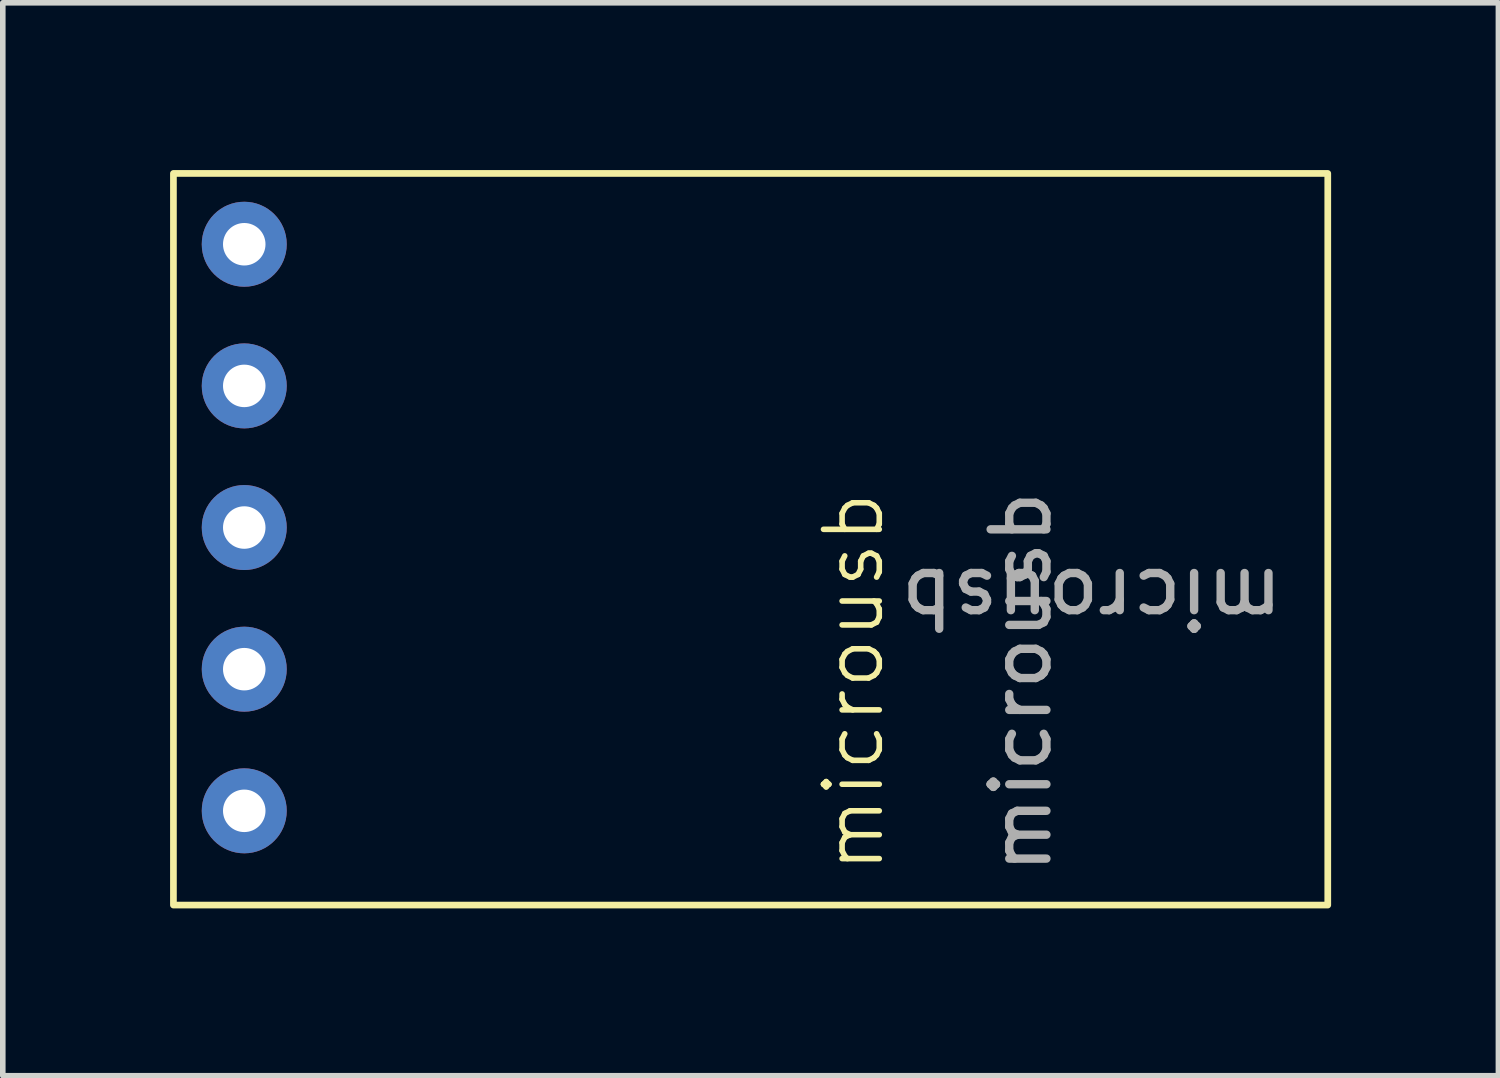
<source format=kicad_pcb>
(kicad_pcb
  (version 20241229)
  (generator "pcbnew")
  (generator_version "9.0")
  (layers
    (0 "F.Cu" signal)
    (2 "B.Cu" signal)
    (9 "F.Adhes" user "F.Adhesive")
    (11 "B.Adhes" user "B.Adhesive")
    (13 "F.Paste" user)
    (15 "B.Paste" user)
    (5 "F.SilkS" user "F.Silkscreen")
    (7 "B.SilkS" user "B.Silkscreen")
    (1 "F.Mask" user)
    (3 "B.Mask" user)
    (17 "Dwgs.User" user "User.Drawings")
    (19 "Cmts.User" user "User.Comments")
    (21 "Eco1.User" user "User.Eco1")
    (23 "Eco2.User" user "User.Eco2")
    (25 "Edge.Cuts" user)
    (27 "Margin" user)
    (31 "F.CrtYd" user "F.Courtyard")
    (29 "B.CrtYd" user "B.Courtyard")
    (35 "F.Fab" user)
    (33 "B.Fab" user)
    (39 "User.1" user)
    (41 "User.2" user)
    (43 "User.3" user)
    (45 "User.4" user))
  (footprint "microusb"
    (layer "F.Cu")
    (at 11.26 7.68)
    (property "Reference" "microusb" (at 1 1.5 90) (unlocked yes) (layer "F.SilkS") (effects (font (size 1 1) (thickness 0.1))))
    (attr smd)
    (fp_rect (start -11.2 -7.62) (end 9.5 5.5) (stroke (width 0.12) (type solid)) (fill no) (layer "F.SilkS"))
    (fp_text user "${REFERENCE}" (at 5.27 0 180) (unlocked yes) (layer "F.Fab") (effects (font (size 1 1) (thickness 0.15))))
    (fp_text user "${REFERENCE}" (at 4 1.5 90) (unlocked yes) (layer "F.Fab") (effects (font (size 1 1) (thickness 0.15))))
    (pad "1" thru_hole circle (at -9.93 -6.35 270) (size 1.524 1.524) (drill 0.762) (layers "*.Cu" "*.Mask"))
    (pad "2" thru_hole circle (at -9.93 -3.81 270) (size 1.524 1.524) (drill 0.762) (layers "*.Cu" "*.Mask"))
    (pad "3" thru_hole circle (at -9.93 -1.27 270) (size 1.524 1.524) (drill 0.762) (layers "*.Cu" "*.Mask"))
    (pad "4" thru_hole circle (at -9.93 1.27 270) (size 1.524 1.524) (drill 0.762) (layers "*.Cu" "*.Mask"))
    (pad "5" thru_hole circle (at -9.93 3.81 270) (size 1.524 1.524) (drill 0.762) (layers "*.Cu" "*.Mask")))
  (gr_rect
    (start -3 -3)
    (end 23.82 16.24)
    (stroke (width 0.1) (type default))
    (fill no)
    (layer "Edge.Cuts")))
</source>
